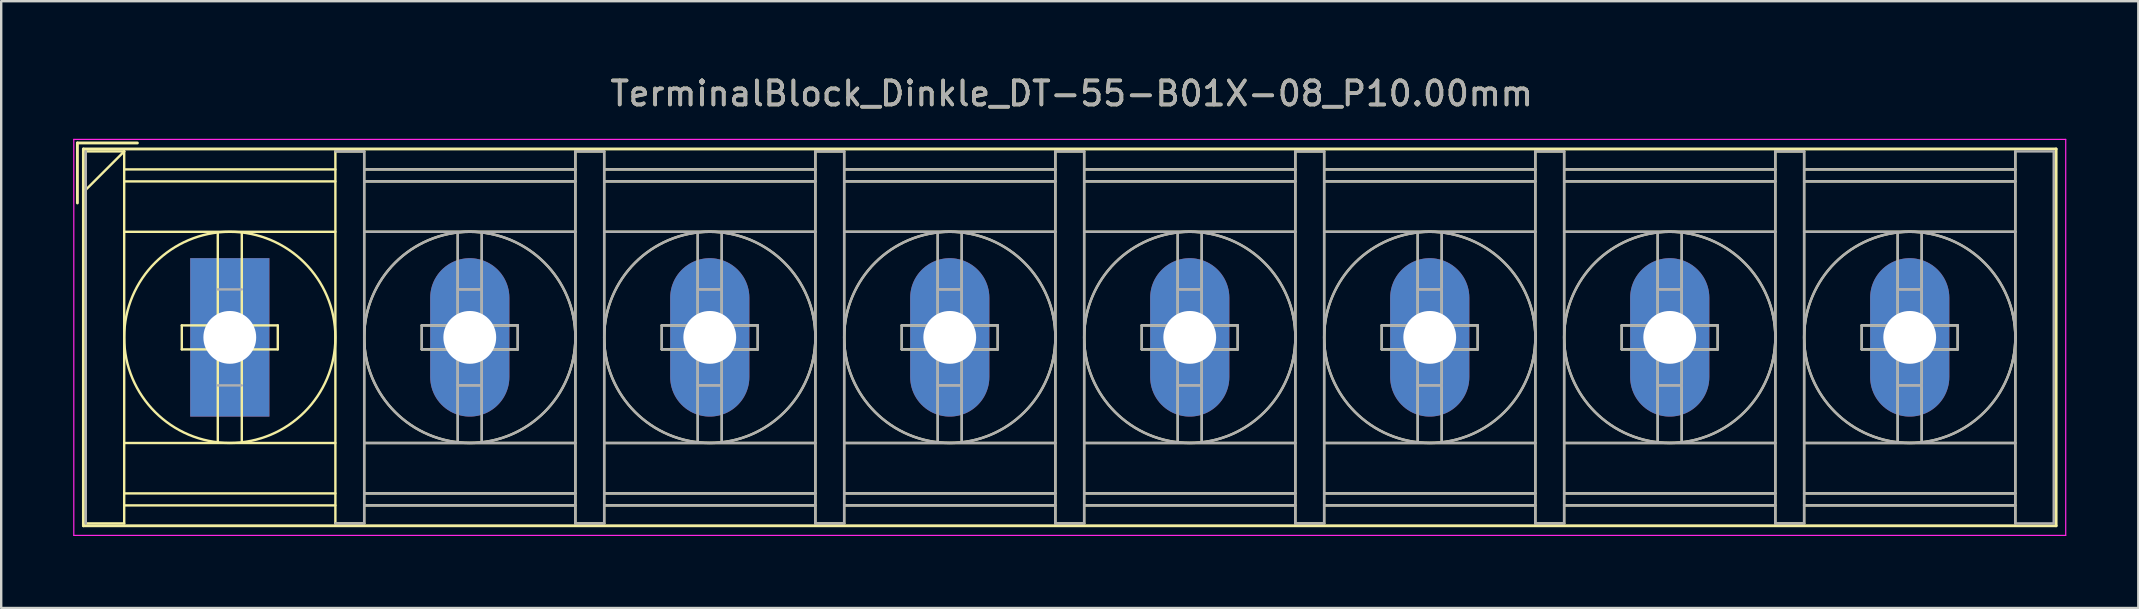
<source format=kicad_pcb>
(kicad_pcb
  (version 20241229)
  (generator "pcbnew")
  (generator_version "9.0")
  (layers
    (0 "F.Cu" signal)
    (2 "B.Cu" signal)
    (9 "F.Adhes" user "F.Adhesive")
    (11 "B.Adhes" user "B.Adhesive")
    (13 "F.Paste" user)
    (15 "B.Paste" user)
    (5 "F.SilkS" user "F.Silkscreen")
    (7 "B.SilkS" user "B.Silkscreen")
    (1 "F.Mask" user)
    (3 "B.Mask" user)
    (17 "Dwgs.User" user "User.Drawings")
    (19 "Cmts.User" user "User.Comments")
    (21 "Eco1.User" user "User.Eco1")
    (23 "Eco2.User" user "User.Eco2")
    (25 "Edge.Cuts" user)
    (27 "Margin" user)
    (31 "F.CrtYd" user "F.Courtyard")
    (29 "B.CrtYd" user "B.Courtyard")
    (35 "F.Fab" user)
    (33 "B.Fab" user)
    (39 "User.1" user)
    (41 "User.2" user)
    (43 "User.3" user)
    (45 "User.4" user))
  (footprint "TerminalBlock_Dinkle_DT-55-B01X-08_P10.00mm"
    (layer "F.Cu")
    (at 6.525 11.008)
    (property "Reference" "TerminalBlock_Dinkle_DT-55-B01X-08_P10.00mm" (at 35.08 -10.16 0) (layer "F.SilkS") (effects (font (size 1 1) (thickness 0.15))))
    (attr through_hole)
    (fp_line (start -6.35 -8.1) (end -3.85 -8.1) (stroke (width 0.12) (type solid)) (layer "F.SilkS"))
    (fp_line (start -6.35 -5.6) (end -6.35 -8.1) (stroke (width 0.12) (type solid)) (layer "F.SilkS"))
    (fp_line (start -6.1 -7.85) (end 76.1 -7.85) (stroke (width 0.12) (type solid)) (layer "F.SilkS"))
    (fp_line (start -6.1 7.85) (end -6.1 -7.85) (stroke (width 0.12) (type solid)) (layer "F.SilkS"))
    (fp_line (start -6.1 7.85) (end 76.1 7.85) (stroke (width 0.12) (type solid)) (layer "F.SilkS"))
    (fp_line (start -6 -7.75) (end -4.4 -7.75) (stroke (width 0.1) (type solid)) (layer "F.SilkS"))
    (fp_line (start -6 7.75) (end -4.4 7.75) (stroke (width 0.1) (type solid)) (layer "F.SilkS"))
    (fp_line (start -4.4 -7.75) (end -6 -6.15) (stroke (width 0.1) (type solid)) (layer "F.SilkS"))
    (fp_line (start -4.4 -7.75) (end -4.4 7.75) (stroke (width 0.1) (type solid)) (layer "F.SilkS"))
    (fp_line (start -4.4 -7) (end 4.4 -7) (stroke (width 0.1) (type solid)) (layer "F.SilkS"))
    (fp_line (start -4.4 -6.5) (end 4.4 -6.5) (stroke (width 0.1) (type solid)) (layer "F.SilkS"))
    (fp_line (start -4.4 -4.4) (end 4.4 -4.4) (stroke (width 0.1) (type solid)) (layer "F.SilkS"))
    (fp_line (start -4.4 4.4) (end 4.4 4.4) (stroke (width 0.1) (type solid)) (layer "F.SilkS"))
    (fp_line (start -4.4 6.5) (end 4.4 6.5) (stroke (width 0.1) (type solid)) (layer "F.SilkS"))
    (fp_line (start -4.4 7) (end 4.4 7) (stroke (width 0.1) (type solid)) (layer "F.SilkS"))
    (fp_line (start -2 -0.5) (end -2 0.5) (stroke (width 0.1) (type solid)) (layer "F.SilkS"))
    (fp_line (start -2 0.5) (end -0.5 0.5) (stroke (width 0.1) (type solid)) (layer "F.SilkS"))
    (fp_line (start -0.5 -4.35) (end -0.5 -0.5) (stroke (width 0.1) (type solid)) (layer "F.SilkS"))
    (fp_line (start -0.5 -0.5) (end -2 -0.5) (stroke (width 0.1) (type solid)) (layer "F.SilkS"))
    (fp_line (start -0.5 0.5) (end -0.5 4.35) (stroke (width 0.1) (type solid)) (layer "F.SilkS"))
    (fp_line (start 0.5 -4.35) (end 0.5 -0.5) (stroke (width 0.1) (type solid)) (layer "F.SilkS"))
    (fp_line (start 0.5 -0.5) (end 2 -0.5) (stroke (width 0.1) (type solid)) (layer "F.SilkS"))
    (fp_line (start 0.5 0.5) (end 0.5 4.35) (stroke (width 0.1) (type solid)) (layer "F.SilkS"))
    (fp_line (start 2 -0.5) (end 2 0.5) (stroke (width 0.1) (type solid)) (layer "F.SilkS"))
    (fp_line (start 2 0.5) (end 0.5 0.5) (stroke (width 0.1) (type solid)) (layer "F.SilkS"))
    (fp_line (start 4.4 -7.75) (end 4.4 7.75) (stroke (width 0.1) (type solid)) (layer "F.SilkS"))
    (fp_line (start 4.4 -7.75) (end 5.6 -7.75) (stroke (width 0.1) (type solid)) (layer "F.SilkS"))
    (fp_line (start 4.4 7.75) (end 5.6 7.75) (stroke (width 0.1) (type solid)) (layer "F.SilkS"))
    (fp_line (start 5.6 -7.75) (end 5.6 7.75) (stroke (width 0.1) (type solid)) (layer "F.SilkS"))
    (fp_line (start 5.6 -7) (end 14.4 -7) (stroke (width 0.1) (type solid)) (layer "F.SilkS"))
    (fp_line (start 5.6 -6.5) (end 14.4 -6.5) (stroke (width 0.1) (type solid)) (layer "F.SilkS"))
    (fp_line (start 5.6 -4.4) (end 14.4 -4.4) (stroke (width 0.1) (type solid)) (layer "F.SilkS"))
    (fp_line (start 5.6 4.4) (end 14.4 4.4) (stroke (width 0.1) (type solid)) (layer "F.SilkS"))
    (fp_line (start 5.6 6.5) (end 14.4 6.5) (stroke (width 0.1) (type solid)) (layer "F.SilkS"))
    (fp_line (start 5.6 7) (end 14.4 7) (stroke (width 0.1) (type solid)) (layer "F.SilkS"))
    (fp_line (start 8 -0.5) (end 8 0.5) (stroke (width 0.1) (type solid)) (layer "F.SilkS"))
    (fp_line (start 8 0.5) (end 9.5 0.5) (stroke (width 0.1) (type solid)) (layer "F.SilkS"))
    (fp_line (start 9.5 -4.35) (end 9.5 -0.5) (stroke (width 0.1) (type solid)) (layer "F.SilkS"))
    (fp_line (start 9.5 -0.5) (end 8 -0.5) (stroke (width 0.1) (type solid)) (layer "F.SilkS"))
    (fp_line (start 9.5 0.5) (end 9.5 4.35) (stroke (width 0.1) (type solid)) (layer "F.SilkS"))
    (fp_line (start 10.5 -4.35) (end 10.5 -0.5) (stroke (width 0.1) (type solid)) (layer "F.SilkS"))
    (fp_line (start 10.5 -0.5) (end 12 -0.5) (stroke (width 0.1) (type solid)) (layer "F.SilkS"))
    (fp_line (start 10.5 0.5) (end 10.5 4.35) (stroke (width 0.1) (type solid)) (layer "F.SilkS"))
    (fp_line (start 12 -0.5) (end 12 0.5) (stroke (width 0.1) (type solid)) (layer "F.SilkS"))
    (fp_line (start 12 0.5) (end 10.5 0.5) (stroke (width 0.1) (type solid)) (layer "F.SilkS"))
    (fp_line (start 14.4 -7.75) (end 14.4 7.75) (stroke (width 0.1) (type solid)) (layer "F.SilkS"))
    (fp_line (start 14.4 -7.75) (end 15.6 -7.75) (stroke (width 0.1) (type solid)) (layer "F.SilkS"))
    (fp_line (start 14.4 7.75) (end 15.6 7.75) (stroke (width 0.1) (type solid)) (layer "F.SilkS"))
    (fp_line (start 15.6 -7.75) (end 15.6 7.75) (stroke (width 0.1) (type solid)) (layer "F.SilkS"))
    (fp_line (start 15.6 -7) (end 24.4 -7) (stroke (width 0.1) (type solid)) (layer "F.SilkS"))
    (fp_line (start 15.6 -6.5) (end 24.4 -6.5) (stroke (width 0.1) (type solid)) (layer "F.SilkS"))
    (fp_line (start 15.6 -4.4) (end 24.4 -4.4) (stroke (width 0.1) (type solid)) (layer "F.SilkS"))
    (fp_line (start 15.6 4.4) (end 24.4 4.4) (stroke (width 0.1) (type solid)) (layer "F.SilkS"))
    (fp_line (start 15.6 6.5) (end 24.4 6.5) (stroke (width 0.1) (type solid)) (layer "F.SilkS"))
    (fp_line (start 15.6 7) (end 24.4 7) (stroke (width 0.1) (type solid)) (layer "F.SilkS"))
    (fp_line (start 18 -0.5) (end 18 0.5) (stroke (width 0.1) (type solid)) (layer "F.SilkS"))
    (fp_line (start 18 0.5) (end 19.5 0.5) (stroke (width 0.1) (type solid)) (layer "F.SilkS"))
    (fp_line (start 19.5 -4.35) (end 19.5 -0.5) (stroke (width 0.1) (type solid)) (layer "F.SilkS"))
    (fp_line (start 19.5 -0.5) (end 18 -0.5) (stroke (width 0.1) (type solid)) (layer "F.SilkS"))
    (fp_line (start 19.5 0.5) (end 19.5 4.35) (stroke (width 0.1) (type solid)) (layer "F.SilkS"))
    (fp_line (start 20.5 -4.35) (end 20.5 -0.5) (stroke (width 0.1) (type solid)) (layer "F.SilkS"))
    (fp_line (start 20.5 -0.5) (end 22 -0.5) (stroke (width 0.1) (type solid)) (layer "F.SilkS"))
    (fp_line (start 20.5 0.5) (end 20.5 4.35) (stroke (width 0.1) (type solid)) (layer "F.SilkS"))
    (fp_line (start 22 -0.5) (end 22 0.5) (stroke (width 0.1) (type solid)) (layer "F.SilkS"))
    (fp_line (start 22 0.5) (end 20.5 0.5) (stroke (width 0.1) (type solid)) (layer "F.SilkS"))
    (fp_line (start 24.4 -7.75) (end 24.4 7.75) (stroke (width 0.1) (type solid)) (layer "F.SilkS"))
    (fp_line (start 24.4 -7.75) (end 25.6 -7.75) (stroke (width 0.1) (type solid)) (layer "F.SilkS"))
    (fp_line (start 24.4 7.75) (end 25.6 7.75) (stroke (width 0.1) (type solid)) (layer "F.SilkS"))
    (fp_line (start 25.6 -7.75) (end 25.6 7.75) (stroke (width 0.1) (type solid)) (layer "F.SilkS"))
    (fp_line (start 25.6 -7) (end 34.4 -7) (stroke (width 0.1) (type solid)) (layer "F.SilkS"))
    (fp_line (start 25.6 -6.5) (end 34.4 -6.5) (stroke (width 0.1) (type solid)) (layer "F.SilkS"))
    (fp_line (start 25.6 -4.4) (end 34.4 -4.4) (stroke (width 0.1) (type solid)) (layer "F.SilkS"))
    (fp_line (start 25.6 4.4) (end 34.4 4.4) (stroke (width 0.1) (type solid)) (layer "F.SilkS"))
    (fp_line (start 25.6 6.5) (end 34.4 6.5) (stroke (width 0.1) (type solid)) (layer "F.SilkS"))
    (fp_line (start 25.6 7) (end 34.4 7) (stroke (width 0.1) (type solid)) (layer "F.SilkS"))
    (fp_line (start 28 -0.5) (end 28 0.5) (stroke (width 0.1) (type solid)) (layer "F.SilkS"))
    (fp_line (start 28 0.5) (end 29.5 0.5) (stroke (width 0.1) (type solid)) (layer "F.SilkS"))
    (fp_line (start 29.5 -4.35) (end 29.5 -0.5) (stroke (width 0.1) (type solid)) (layer "F.SilkS"))
    (fp_line (start 29.5 -0.5) (end 28 -0.5) (stroke (width 0.1) (type solid)) (layer "F.SilkS"))
    (fp_line (start 29.5 0.5) (end 29.5 4.35) (stroke (width 0.1) (type solid)) (layer "F.SilkS"))
    (fp_line (start 30.5 -4.35) (end 30.5 -0.5) (stroke (width 0.1) (type solid)) (layer "F.SilkS"))
    (fp_line (start 30.5 -0.5) (end 32 -0.5) (stroke (width 0.1) (type solid)) (layer "F.SilkS"))
    (fp_line (start 30.5 0.5) (end 30.5 4.35) (stroke (width 0.1) (type solid)) (layer "F.SilkS"))
    (fp_line (start 32 -0.5) (end 32 0.5) (stroke (width 0.1) (type solid)) (layer "F.SilkS"))
    (fp_line (start 32 0.5) (end 30.5 0.5) (stroke (width 0.1) (type solid)) (layer "F.SilkS"))
    (fp_line (start 34.4 -7.75) (end 34.4 7.75) (stroke (width 0.1) (type solid)) (layer "F.SilkS"))
    (fp_line (start 34.4 -7.75) (end 35.6 -7.75) (stroke (width 0.1) (type solid)) (layer "F.SilkS"))
    (fp_line (start 34.4 7.75) (end 35.6 7.75) (stroke (width 0.1) (type solid)) (layer "F.SilkS"))
    (fp_line (start 35.6 -7.75) (end 35.6 7.75) (stroke (width 0.1) (type solid)) (layer "F.SilkS"))
    (fp_line (start 35.6 -7) (end 44.4 -7) (stroke (width 0.1) (type solid)) (layer "F.SilkS"))
    (fp_line (start 35.6 -6.5) (end 44.4 -6.5) (stroke (width 0.1) (type solid)) (layer "F.SilkS"))
    (fp_line (start 35.6 -4.4) (end 44.4 -4.4) (stroke (width 0.1) (type solid)) (layer "F.SilkS"))
    (fp_line (start 35.6 4.4) (end 44.4 4.4) (stroke (width 0.1) (type solid)) (layer "F.SilkS"))
    (fp_line (start 35.6 6.5) (end 44.4 6.5) (stroke (width 0.1) (type solid)) (layer "F.SilkS"))
    (fp_line (start 35.6 7) (end 44.4 7) (stroke (width 0.1) (type solid)) (layer "F.SilkS"))
    (fp_line (start 38 -0.5) (end 38 0.5) (stroke (width 0.1) (type solid)) (layer "F.SilkS"))
    (fp_line (start 38 0.5) (end 39.5 0.5) (stroke (width 0.1) (type solid)) (layer "F.SilkS"))
    (fp_line (start 39.5 -4.35) (end 39.5 -0.5) (stroke (width 0.1) (type solid)) (layer "F.SilkS"))
    (fp_line (start 39.5 -0.5) (end 38 -0.5) (stroke (width 0.1) (type solid)) (layer "F.SilkS"))
    (fp_line (start 39.5 0.5) (end 39.5 4.35) (stroke (width 0.1) (type solid)) (layer "F.SilkS"))
    (fp_line (start 40.5 -4.35) (end 40.5 -0.5) (stroke (width 0.1) (type solid)) (layer "F.SilkS"))
    (fp_line (start 40.5 -0.5) (end 42 -0.5) (stroke (width 0.1) (type solid)) (layer "F.SilkS"))
    (fp_line (start 40.5 0.5) (end 40.5 4.35) (stroke (width 0.1) (type solid)) (layer "F.SilkS"))
    (fp_line (start 42 -0.5) (end 42 0.5) (stroke (width 0.1) (type solid)) (layer "F.SilkS"))
    (fp_line (start 42 0.5) (end 40.5 0.5) (stroke (width 0.1) (type solid)) (layer "F.SilkS"))
    (fp_line (start 44.4 -7.75) (end 44.4 7.75) (stroke (width 0.1) (type solid)) (layer "F.SilkS"))
    (fp_line (start 44.4 -7.75) (end 45.6 -7.75) (stroke (width 0.1) (type solid)) (layer "F.SilkS"))
    (fp_line (start 44.4 7.75) (end 45.6 7.75) (stroke (width 0.1) (type solid)) (layer "F.SilkS"))
    (fp_line (start 45.6 -7.75) (end 45.6 7.75) (stroke (width 0.1) (type solid)) (layer "F.SilkS"))
    (fp_line (start 45.6 -7) (end 54.4 -7) (stroke (width 0.1) (type solid)) (layer "F.SilkS"))
    (fp_line (start 45.6 -6.5) (end 54.4 -6.5) (stroke (width 0.1) (type solid)) (layer "F.SilkS"))
    (fp_line (start 45.6 -4.4) (end 54.4 -4.4) (stroke (width 0.1) (type solid)) (layer "F.SilkS"))
    (fp_line (start 45.6 4.4) (end 54.4 4.4) (stroke (width 0.1) (type solid)) (layer "F.SilkS"))
    (fp_line (start 45.6 6.5) (end 54.4 6.5) (stroke (width 0.1) (type solid)) (layer "F.SilkS"))
    (fp_line (start 45.6 7) (end 54.4 7) (stroke (width 0.1) (type solid)) (layer "F.SilkS"))
    (fp_line (start 48 -0.5) (end 48 0.5) (stroke (width 0.1) (type solid)) (layer "F.SilkS"))
    (fp_line (start 48 0.5) (end 49.5 0.5) (stroke (width 0.1) (type solid)) (layer "F.SilkS"))
    (fp_line (start 49.5 -4.35) (end 49.5 -0.5) (stroke (width 0.1) (type solid)) (layer "F.SilkS"))
    (fp_line (start 49.5 -0.5) (end 48 -0.5) (stroke (width 0.1) (type solid)) (layer "F.SilkS"))
    (fp_line (start 49.5 0.5) (end 49.5 4.35) (stroke (width 0.1) (type solid)) (layer "F.SilkS"))
    (fp_line (start 50.5 -4.35) (end 50.5 -0.5) (stroke (width 0.1) (type solid)) (layer "F.SilkS"))
    (fp_line (start 50.5 -0.5) (end 52 -0.5) (stroke (width 0.1) (type solid)) (layer "F.SilkS"))
    (fp_line (start 50.5 0.5) (end 50.5 4.35) (stroke (width 0.1) (type solid)) (layer "F.SilkS"))
    (fp_line (start 52 -0.5) (end 52 0.5) (stroke (width 0.1) (type solid)) (layer "F.SilkS"))
    (fp_line (start 52 0.5) (end 50.5 0.5) (stroke (width 0.1) (type solid)) (layer "F.SilkS"))
    (fp_line (start 54.4 -7.75) (end 54.4 7.75) (stroke (width 0.1) (type solid)) (layer "F.SilkS"))
    (fp_line (start 54.4 -7.75) (end 55.6 -7.75) (stroke (width 0.1) (type solid)) (layer "F.SilkS"))
    (fp_line (start 54.4 7.75) (end 55.6 7.75) (stroke (width 0.1) (type solid)) (layer "F.SilkS"))
    (fp_line (start 55.6 -7.75) (end 55.6 7.75) (stroke (width 0.1) (type solid)) (layer "F.SilkS"))
    (fp_line (start 55.6 -7) (end 64.4 -7) (stroke (width 0.1) (type solid)) (layer "F.SilkS"))
    (fp_line (start 55.6 -6.5) (end 64.4 -6.5) (stroke (width 0.1) (type solid)) (layer "F.SilkS"))
    (fp_line (start 55.6 -4.4) (end 64.4 -4.4) (stroke (width 0.1) (type solid)) (layer "F.SilkS"))
    (fp_line (start 55.6 4.4) (end 64.4 4.4) (stroke (width 0.1) (type solid)) (layer "F.SilkS"))
    (fp_line (start 55.6 6.5) (end 64.4 6.5) (stroke (width 0.1) (type solid)) (layer "F.SilkS"))
    (fp_line (start 55.6 7) (end 64.4 7) (stroke (width 0.1) (type solid)) (layer "F.SilkS"))
    (fp_line (start 58 -0.5) (end 58 0.5) (stroke (width 0.1) (type solid)) (layer "F.SilkS"))
    (fp_line (start 58 0.5) (end 59.5 0.5) (stroke (width 0.1) (type solid)) (layer "F.SilkS"))
    (fp_line (start 59.5 -4.35) (end 59.5 -0.5) (stroke (width 0.1) (type solid)) (layer "F.SilkS"))
    (fp_line (start 59.5 -0.5) (end 58 -0.5) (stroke (width 0.1) (type solid)) (layer "F.SilkS"))
    (fp_line (start 59.5 0.5) (end 59.5 4.35) (stroke (width 0.1) (type solid)) (layer "F.SilkS"))
    (fp_line (start 60.5 -4.35) (end 60.5 -0.5) (stroke (width 0.1) (type solid)) (layer "F.SilkS"))
    (fp_line (start 60.5 -0.5) (end 62 -0.5) (stroke (width 0.1) (type solid)) (layer "F.SilkS"))
    (fp_line (start 60.5 0.5) (end 60.5 4.35) (stroke (width 0.1) (type solid)) (layer "F.SilkS"))
    (fp_line (start 62 -0.5) (end 62 0.5) (stroke (width 0.1) (type solid)) (layer "F.SilkS"))
    (fp_line (start 62 0.5) (end 60.5 0.5) (stroke (width 0.1) (type solid)) (layer "F.SilkS"))
    (fp_line (start 64.4 -7.75) (end 64.4 7.75) (stroke (width 0.1) (type solid)) (layer "F.SilkS"))
    (fp_line (start 64.4 -7.75) (end 65.6 -7.75) (stroke (width 0.1) (type solid)) (layer "F.SilkS"))
    (fp_line (start 64.4 7.75) (end 65.6 7.75) (stroke (width 0.1) (type solid)) (layer "F.SilkS"))
    (fp_line (start 65.6 -7.75) (end 65.6 7.75) (stroke (width 0.1) (type solid)) (layer "F.SilkS"))
    (fp_line (start 65.6 -7) (end 74.4 -7) (stroke (width 0.1) (type solid)) (layer "F.SilkS"))
    (fp_line (start 65.6 -6.5) (end 74.4 -6.5) (stroke (width 0.1) (type solid)) (layer "F.SilkS"))
    (fp_line (start 65.6 -4.4) (end 74.4 -4.4) (stroke (width 0.1) (type solid)) (layer "F.SilkS"))
    (fp_line (start 65.6 4.4) (end 74.4 4.4) (stroke (width 0.1) (type solid)) (layer "F.SilkS"))
    (fp_line (start 65.6 6.5) (end 74.4 6.5) (stroke (width 0.1) (type solid)) (layer "F.SilkS"))
    (fp_line (start 65.6 7) (end 74.4 7) (stroke (width 0.1) (type solid)) (layer "F.SilkS"))
    (fp_line (start 68 -0.5) (end 68 0.5) (stroke (width 0.1) (type solid)) (layer "F.SilkS"))
    (fp_line (start 68 0.5) (end 69.5 0.5) (stroke (width 0.1) (type solid)) (layer "F.SilkS"))
    (fp_line (start 69.5 -4.35) (end 69.5 -0.5) (stroke (width 0.1) (type solid)) (layer "F.SilkS"))
    (fp_line (start 69.5 -0.5) (end 68 -0.5) (stroke (width 0.1) (type solid)) (layer "F.SilkS"))
    (fp_line (start 69.5 0.5) (end 69.5 4.35) (stroke (width 0.1) (type solid)) (layer "F.SilkS"))
    (fp_line (start 70.5 -4.35) (end 70.5 -0.5) (stroke (width 0.1) (type solid)) (layer "F.SilkS"))
    (fp_line (start 70.5 -0.5) (end 72 -0.5) (stroke (width 0.1) (type solid)) (layer "F.SilkS"))
    (fp_line (start 70.5 0.5) (end 70.5 4.35) (stroke (width 0.1) (type solid)) (layer "F.SilkS"))
    (fp_line (start 72 -0.5) (end 72 0.5) (stroke (width 0.1) (type solid)) (layer "F.SilkS"))
    (fp_line (start 72 0.5) (end 70.5 0.5) (stroke (width 0.1) (type solid)) (layer "F.SilkS"))
    (fp_line (start 74.4 -7.75) (end 74.4 7.75) (stroke (width 0.1) (type solid)) (layer "F.SilkS"))
    (fp_line (start 76.1 -7.85) (end 76.1 7.85) (stroke (width 0.12) (type solid)) (layer "F.SilkS"))
    (fp_circle (center 0 0) (end 4.4 0) (stroke (width 0.1) (type solid)) (fill no) (layer "F.SilkS"))
    (fp_circle (center 10 0) (end 14.4 0) (stroke (width 0.1) (type solid)) (fill no) (layer "F.SilkS"))
    (fp_circle (center 20 0) (end 24.4 0) (stroke (width 0.1) (type solid)) (fill no) (layer "F.SilkS"))
    (fp_circle (center 30 0) (end 34.4 0) (stroke (width 0.1) (type solid)) (fill no) (layer "F.SilkS"))
    (fp_circle (center 40 0) (end 44.4 0) (stroke (width 0.1) (type solid)) (fill no) (layer "F.SilkS"))
    (fp_circle (center 50 0) (end 54.4 0) (stroke (width 0.1) (type solid)) (fill no) (layer "F.SilkS"))
    (fp_circle (center 60 0) (end 64.4 0) (stroke (width 0.1) (type solid)) (fill no) (layer "F.SilkS"))
    (fp_circle (center 70 0) (end 74.4 0) (stroke (width 0.1) (type solid)) (fill no) (layer "F.SilkS"))
    (fp_line (start -6.5 -8.25) (end 76.5 -8.25) (stroke (width 0.05) (type solid)) (layer "F.CrtYd"))
    (fp_line (start -6.5 8.25) (end -6.5 -8.25) (stroke (width 0.05) (type solid)) (layer "F.CrtYd"))
    (fp_line (start -6.5 8.25) (end 76.5 8.25) (stroke (width 0.05) (type solid)) (layer "F.CrtYd"))
    (fp_line (start 76.5 -8.25) (end 76.5 8.25) (stroke (width 0.05) (type solid)) (layer "F.CrtYd"))
    (fp_line (start -6 -7.75) (end -6 7.75) (stroke (width 0.1) (type solid)) (layer "F.Fab"))
    (fp_line (start -0.5 -2) (end 0.5 -2) (stroke (width 0.1) (type solid)) (layer "F.Fab"))
    (fp_line (start -0.5 2) (end 0.5 2) (stroke (width 0.1) (type solid)) (layer "F.Fab"))
    (fp_line (start 4.4 -7.75) (end 5.6 -7.75) (stroke (width 0.1) (type solid)) (layer "F.Fab"))
    (fp_line (start 4.4 7.75) (end 5.6 7.75) (stroke (width 0.1) (type solid)) (layer "F.Fab"))
    (fp_line (start 5.6 -7.75) (end 5.6 7.75) (stroke (width 0.1) (type solid)) (layer "F.Fab"))
    (fp_line (start 5.6 -7) (end 14.4 -7) (stroke (width 0.1) (type solid)) (layer "F.Fab"))
    (fp_line (start 5.6 -6.5) (end 14.4 -6.5) (stroke (width 0.1) (type solid)) (layer "F.Fab"))
    (fp_line (start 5.6 -4.4) (end 14.4 -4.4) (stroke (width 0.1) (type solid)) (layer "F.Fab"))
    (fp_line (start 5.6 4.4) (end 14.4 4.4) (stroke (width 0.1) (type solid)) (layer "F.Fab"))
    (fp_line (start 5.6 6.5) (end 14.4 6.5) (stroke (width 0.1) (type solid)) (layer "F.Fab"))
    (fp_line (start 5.6 7) (end 14.4 7) (stroke (width 0.1) (type solid)) (layer "F.Fab"))
    (fp_line (start 8 -0.5) (end 8 0.5) (stroke (width 0.1) (type solid)) (layer "F.Fab"))
    (fp_line (start 8 0.5) (end 9.5 0.5) (stroke (width 0.1) (type solid)) (layer "F.Fab"))
    (fp_line (start 9.5 -4.35) (end 9.5 -0.5) (stroke (width 0.1) (type solid)) (layer "F.Fab"))
    (fp_line (start 9.5 -2) (end 10.5 -2) (stroke (width 0.1) (type solid)) (layer "F.Fab"))
    (fp_line (start 9.5 -2) (end 10.5 -2) (stroke (width 0.1) (type solid)) (layer "F.Fab"))
    (fp_line (start 9.5 -0.5) (end 8 -0.5) (stroke (width 0.1) (type solid)) (layer "F.Fab"))
    (fp_line (start 9.5 0.5) (end 9.5 4.35) (stroke (width 0.1) (type solid)) (layer "F.Fab"))
    (fp_line (start 9.5 2) (end 10.5 2) (stroke (width 0.1) (type solid)) (layer "F.Fab"))
    (fp_line (start 9.5 2) (end 10.5 2) (stroke (width 0.1) (type solid)) (layer "F.Fab"))
    (fp_line (start 10.5 -4.35) (end 10.5 -0.5) (stroke (width 0.1) (type solid)) (layer "F.Fab"))
    (fp_line (start 10.5 -0.5) (end 12 -0.5) (stroke (width 0.1) (type solid)) (layer "F.Fab"))
    (fp_line (start 10.5 0.5) (end 10.5 4.35) (stroke (width 0.1) (type solid)) (layer "F.Fab"))
    (fp_line (start 12 -0.5) (end 12 0.5) (stroke (width 0.1) (type solid)) (layer "F.Fab"))
    (fp_line (start 12 0.5) (end 10.5 0.5) (stroke (width 0.1) (type solid)) (layer "F.Fab"))
    (fp_line (start 14.4 -7.75) (end 14.4 7.75) (stroke (width 0.1) (type solid)) (layer "F.Fab"))
    (fp_line (start 14.4 -7.75) (end 15.6 -7.75) (stroke (width 0.1) (type solid)) (layer "F.Fab"))
    (fp_line (start 14.4 7.75) (end 15.6 7.75) (stroke (width 0.1) (type solid)) (layer "F.Fab"))
    (fp_line (start 15.6 -7.75) (end 15.6 7.75) (stroke (width 0.1) (type solid)) (layer "F.Fab"))
    (fp_line (start 15.6 -7) (end 24.4 -7) (stroke (width 0.1) (type solid)) (layer "F.Fab"))
    (fp_line (start 15.6 -6.5) (end 24.4 -6.5) (stroke (width 0.1) (type solid)) (layer "F.Fab"))
    (fp_line (start 15.6 -4.4) (end 24.4 -4.4) (stroke (width 0.1) (type solid)) (layer "F.Fab"))
    (fp_line (start 15.6 4.4) (end 24.4 4.4) (stroke (width 0.1) (type solid)) (layer "F.Fab"))
    (fp_line (start 15.6 6.5) (end 24.4 6.5) (stroke (width 0.1) (type solid)) (layer "F.Fab"))
    (fp_line (start 15.6 7) (end 24.4 7) (stroke (width 0.1) (type solid)) (layer "F.Fab"))
    (fp_line (start 18 -0.5) (end 18 0.5) (stroke (width 0.1) (type solid)) (layer "F.Fab"))
    (fp_line (start 18 0.5) (end 19.5 0.5) (stroke (width 0.1) (type solid)) (layer "F.Fab"))
    (fp_line (start 19.5 -4.35) (end 19.5 -0.5) (stroke (width 0.1) (type solid)) (layer "F.Fab"))
    (fp_line (start 19.5 -2) (end 20.5 -2) (stroke (width 0.1) (type solid)) (layer "F.Fab"))
    (fp_line (start 19.5 -2) (end 20.5 -2) (stroke (width 0.1) (type solid)) (layer "F.Fab"))
    (fp_line (start 19.5 -0.5) (end 18 -0.5) (stroke (width 0.1) (type solid)) (layer "F.Fab"))
    (fp_line (start 19.5 0.5) (end 19.5 4.35) (stroke (width 0.1) (type solid)) (layer "F.Fab"))
    (fp_line (start 19.5 2) (end 20.5 2) (stroke (width 0.1) (type solid)) (layer "F.Fab"))
    (fp_line (start 19.5 2) (end 20.5 2) (stroke (width 0.1) (type solid)) (layer "F.Fab"))
    (fp_line (start 20.5 -4.35) (end 20.5 -0.5) (stroke (width 0.1) (type solid)) (layer "F.Fab"))
    (fp_line (start 20.5 -0.5) (end 22 -0.5) (stroke (width 0.1) (type solid)) (layer "F.Fab"))
    (fp_line (start 20.5 0.5) (end 20.5 4.35) (stroke (width 0.1) (type solid)) (layer "F.Fab"))
    (fp_line (start 22 -0.5) (end 22 0.5) (stroke (width 0.1) (type solid)) (layer "F.Fab"))
    (fp_line (start 22 0.5) (end 20.5 0.5) (stroke (width 0.1) (type solid)) (layer "F.Fab"))
    (fp_line (start 24.4 -7.75) (end 24.4 7.75) (stroke (width 0.1) (type solid)) (layer "F.Fab"))
    (fp_line (start 24.4 -7.75) (end 25.6 -7.75) (stroke (width 0.1) (type solid)) (layer "F.Fab"))
    (fp_line (start 24.4 7.75) (end 25.6 7.75) (stroke (width 0.1) (type solid)) (layer "F.Fab"))
    (fp_line (start 25.6 -7.75) (end 25.6 7.75) (stroke (width 0.1) (type solid)) (layer "F.Fab"))
    (fp_line (start 25.6 -7) (end 34.4 -7) (stroke (width 0.1) (type solid)) (layer "F.Fab"))
    (fp_line (start 25.6 -6.5) (end 34.4 -6.5) (stroke (width 0.1) (type solid)) (layer "F.Fab"))
    (fp_line (start 25.6 -4.4) (end 34.4 -4.4) (stroke (width 0.1) (type solid)) (layer "F.Fab"))
    (fp_line (start 25.6 4.4) (end 34.4 4.4) (stroke (width 0.1) (type solid)) (layer "F.Fab"))
    (fp_line (start 25.6 6.5) (end 34.4 6.5) (stroke (width 0.1) (type solid)) (layer "F.Fab"))
    (fp_line (start 25.6 7) (end 34.4 7) (stroke (width 0.1) (type solid)) (layer "F.Fab"))
    (fp_line (start 28 -0.5) (end 28 0.5) (stroke (width 0.1) (type solid)) (layer "F.Fab"))
    (fp_line (start 28 0.5) (end 29.5 0.5) (stroke (width 0.1) (type solid)) (layer "F.Fab"))
    (fp_line (start 29.5 -4.35) (end 29.5 -0.5) (stroke (width 0.1) (type solid)) (layer "F.Fab"))
    (fp_line (start 29.5 -2) (end 30.5 -2) (stroke (width 0.1) (type solid)) (layer "F.Fab"))
    (fp_line (start 29.5 -2) (end 30.5 -2) (stroke (width 0.1) (type solid)) (layer "F.Fab"))
    (fp_line (start 29.5 -0.5) (end 28 -0.5) (stroke (width 0.1) (type solid)) (layer "F.Fab"))
    (fp_line (start 29.5 0.5) (end 29.5 4.35) (stroke (width 0.1) (type solid)) (layer "F.Fab"))
    (fp_line (start 29.5 2) (end 30.5 2) (stroke (width 0.1) (type solid)) (layer "F.Fab"))
    (fp_line (start 29.5 2) (end 30.5 2) (stroke (width 0.1) (type solid)) (layer "F.Fab"))
    (fp_line (start 30.5 -4.35) (end 30.5 -0.5) (stroke (width 0.1) (type solid)) (layer "F.Fab"))
    (fp_line (start 30.5 -0.5) (end 32 -0.5) (stroke (width 0.1) (type solid)) (layer "F.Fab"))
    (fp_line (start 30.5 0.5) (end 30.5 4.35) (stroke (width 0.1) (type solid)) (layer "F.Fab"))
    (fp_line (start 32 -0.5) (end 32 0.5) (stroke (width 0.1) (type solid)) (layer "F.Fab"))
    (fp_line (start 32 0.5) (end 30.5 0.5) (stroke (width 0.1) (type solid)) (layer "F.Fab"))
    (fp_line (start 34.4 -7.75) (end 34.4 7.75) (stroke (width 0.1) (type solid)) (layer "F.Fab"))
    (fp_line (start 34.4 -7.75) (end 35.6 -7.75) (stroke (width 0.1) (type solid)) (layer "F.Fab"))
    (fp_line (start 34.4 7.75) (end 35.6 7.75) (stroke (width 0.1) (type solid)) (layer "F.Fab"))
    (fp_line (start 35.6 -7.75) (end 35.6 7.75) (stroke (width 0.1) (type solid)) (layer "F.Fab"))
    (fp_line (start 35.6 -7) (end 44.4 -7) (stroke (width 0.1) (type solid)) (layer "F.Fab"))
    (fp_line (start 35.6 -6.5) (end 44.4 -6.5) (stroke (width 0.1) (type solid)) (layer "F.Fab"))
    (fp_line (start 35.6 -4.4) (end 44.4 -4.4) (stroke (width 0.1) (type solid)) (layer "F.Fab"))
    (fp_line (start 35.6 4.4) (end 44.4 4.4) (stroke (width 0.1) (type solid)) (layer "F.Fab"))
    (fp_line (start 35.6 6.5) (end 44.4 6.5) (stroke (width 0.1) (type solid)) (layer "F.Fab"))
    (fp_line (start 35.6 7) (end 44.4 7) (stroke (width 0.1) (type solid)) (layer "F.Fab"))
    (fp_line (start 38 -0.5) (end 38 0.5) (stroke (width 0.1) (type solid)) (layer "F.Fab"))
    (fp_line (start 38 0.5) (end 39.5 0.5) (stroke (width 0.1) (type solid)) (layer "F.Fab"))
    (fp_line (start 39.5 -4.35) (end 39.5 -0.5) (stroke (width 0.1) (type solid)) (layer "F.Fab"))
    (fp_line (start 39.5 -2) (end 40.5 -2) (stroke (width 0.1) (type solid)) (layer "F.Fab"))
    (fp_line (start 39.5 -2) (end 40.5 -2) (stroke (width 0.1) (type solid)) (layer "F.Fab"))
    (fp_line (start 39.5 -0.5) (end 38 -0.5) (stroke (width 0.1) (type solid)) (layer "F.Fab"))
    (fp_line (start 39.5 0.5) (end 39.5 4.35) (stroke (width 0.1) (type solid)) (layer "F.Fab"))
    (fp_line (start 39.5 2) (end 40.5 2) (stroke (width 0.1) (type solid)) (layer "F.Fab"))
    (fp_line (start 39.5 2) (end 40.5 2) (stroke (width 0.1) (type solid)) (layer "F.Fab"))
    (fp_line (start 40.5 -4.35) (end 40.5 -0.5) (stroke (width 0.1) (type solid)) (layer "F.Fab"))
    (fp_line (start 40.5 -0.5) (end 42 -0.5) (stroke (width 0.1) (type solid)) (layer "F.Fab"))
    (fp_line (start 40.5 0.5) (end 40.5 4.35) (stroke (width 0.1) (type solid)) (layer "F.Fab"))
    (fp_line (start 42 -0.5) (end 42 0.5) (stroke (width 0.1) (type solid)) (layer "F.Fab"))
    (fp_line (start 42 0.5) (end 40.5 0.5) (stroke (width 0.1) (type solid)) (layer "F.Fab"))
    (fp_line (start 44.4 -7.75) (end 44.4 7.75) (stroke (width 0.1) (type solid)) (layer "F.Fab"))
    (fp_line (start 44.4 -7.75) (end 45.6 -7.75) (stroke (width 0.1) (type solid)) (layer "F.Fab"))
    (fp_line (start 44.4 7.75) (end 45.6 7.75) (stroke (width 0.1) (type solid)) (layer "F.Fab"))
    (fp_line (start 45.6 -7.75) (end 45.6 7.75) (stroke (width 0.1) (type solid)) (layer "F.Fab"))
    (fp_line (start 45.6 -7) (end 54.4 -7) (stroke (width 0.1) (type solid)) (layer "F.Fab"))
    (fp_line (start 45.6 -6.5) (end 54.4 -6.5) (stroke (width 0.1) (type solid)) (layer "F.Fab"))
    (fp_line (start 45.6 -4.4) (end 54.4 -4.4) (stroke (width 0.1) (type solid)) (layer "F.Fab"))
    (fp_line (start 45.6 4.4) (end 54.4 4.4) (stroke (width 0.1) (type solid)) (layer "F.Fab"))
    (fp_line (start 45.6 6.5) (end 54.4 6.5) (stroke (width 0.1) (type solid)) (layer "F.Fab"))
    (fp_line (start 45.6 7) (end 54.4 7) (stroke (width 0.1) (type solid)) (layer "F.Fab"))
    (fp_line (start 48 -0.5) (end 48 0.5) (stroke (width 0.1) (type solid)) (layer "F.Fab"))
    (fp_line (start 48 0.5) (end 49.5 0.5) (stroke (width 0.1) (type solid)) (layer "F.Fab"))
    (fp_line (start 49.5 -4.35) (end 49.5 -0.5) (stroke (width 0.1) (type solid)) (layer "F.Fab"))
    (fp_line (start 49.5 -2) (end 50.5 -2) (stroke (width 0.1) (type solid)) (layer "F.Fab"))
    (fp_line (start 49.5 -2) (end 50.5 -2) (stroke (width 0.1) (type solid)) (layer "F.Fab"))
    (fp_line (start 49.5 -0.5) (end 48 -0.5) (stroke (width 0.1) (type solid)) (layer "F.Fab"))
    (fp_line (start 49.5 0.5) (end 49.5 4.35) (stroke (width 0.1) (type solid)) (layer "F.Fab"))
    (fp_line (start 49.5 2) (end 50.5 2) (stroke (width 0.1) (type solid)) (layer "F.Fab"))
    (fp_line (start 49.5 2) (end 50.5 2) (stroke (width 0.1) (type solid)) (layer "F.Fab"))
    (fp_line (start 50.5 -4.35) (end 50.5 -0.5) (stroke (width 0.1) (type solid)) (layer "F.Fab"))
    (fp_line (start 50.5 -0.5) (end 52 -0.5) (stroke (width 0.1) (type solid)) (layer "F.Fab"))
    (fp_line (start 50.5 0.5) (end 50.5 4.35) (stroke (width 0.1) (type solid)) (layer "F.Fab"))
    (fp_line (start 52 -0.5) (end 52 0.5) (stroke (width 0.1) (type solid)) (layer "F.Fab"))
    (fp_line (start 52 0.5) (end 50.5 0.5) (stroke (width 0.1) (type solid)) (layer "F.Fab"))
    (fp_line (start 54.4 -7.75) (end 54.4 7.75) (stroke (width 0.1) (type solid)) (layer "F.Fab"))
    (fp_line (start 54.4 -7.75) (end 55.6 -7.75) (stroke (width 0.1) (type solid)) (layer "F.Fab"))
    (fp_line (start 54.4 7.75) (end 55.6 7.75) (stroke (width 0.1) (type solid)) (layer "F.Fab"))
    (fp_line (start 55.6 -7.75) (end 55.6 7.75) (stroke (width 0.1) (type solid)) (layer "F.Fab"))
    (fp_line (start 55.6 -7) (end 64.4 -7) (stroke (width 0.1) (type solid)) (layer "F.Fab"))
    (fp_line (start 55.6 -6.5) (end 64.4 -6.5) (stroke (width 0.1) (type solid)) (layer "F.Fab"))
    (fp_line (start 55.6 -4.4) (end 64.4 -4.4) (stroke (width 0.1) (type solid)) (layer "F.Fab"))
    (fp_line (start 55.6 4.4) (end 64.4 4.4) (stroke (width 0.1) (type solid)) (layer "F.Fab"))
    (fp_line (start 55.6 6.5) (end 64.4 6.5) (stroke (width 0.1) (type solid)) (layer "F.Fab"))
    (fp_line (start 55.6 7) (end 64.4 7) (stroke (width 0.1) (type solid)) (layer "F.Fab"))
    (fp_line (start 58 -0.5) (end 58 0.5) (stroke (width 0.1) (type solid)) (layer "F.Fab"))
    (fp_line (start 58 0.5) (end 59.5 0.5) (stroke (width 0.1) (type solid)) (layer "F.Fab"))
    (fp_line (start 59.5 -4.35) (end 59.5 -0.5) (stroke (width 0.1) (type solid)) (layer "F.Fab"))
    (fp_line (start 59.5 -2) (end 60.5 -2) (stroke (width 0.1) (type solid)) (layer "F.Fab"))
    (fp_line (start 59.5 -2) (end 60.5 -2) (stroke (width 0.1) (type solid)) (layer "F.Fab"))
    (fp_line (start 59.5 -0.5) (end 58 -0.5) (stroke (width 0.1) (type solid)) (layer "F.Fab"))
    (fp_line (start 59.5 0.5) (end 59.5 4.35) (stroke (width 0.1) (type solid)) (layer "F.Fab"))
    (fp_line (start 59.5 2) (end 60.5 2) (stroke (width 0.1) (type solid)) (layer "F.Fab"))
    (fp_line (start 59.5 2) (end 60.5 2) (stroke (width 0.1) (type solid)) (layer "F.Fab"))
    (fp_line (start 60.5 -4.35) (end 60.5 -0.5) (stroke (width 0.1) (type solid)) (layer "F.Fab"))
    (fp_line (start 60.5 -0.5) (end 62 -0.5) (stroke (width 0.1) (type solid)) (layer "F.Fab"))
    (fp_line (start 60.5 0.5) (end 60.5 4.35) (stroke (width 0.1) (type solid)) (layer "F.Fab"))
    (fp_line (start 62 -0.5) (end 62 0.5) (stroke (width 0.1) (type solid)) (layer "F.Fab"))
    (fp_line (start 62 0.5) (end 60.5 0.5) (stroke (width 0.1) (type solid)) (layer "F.Fab"))
    (fp_line (start 64.4 -7.75) (end 64.4 7.75) (stroke (width 0.1) (type solid)) (layer "F.Fab"))
    (fp_line (start 64.4 -7.75) (end 65.6 -7.75) (stroke (width 0.1) (type solid)) (layer "F.Fab"))
    (fp_line (start 64.4 7.75) (end 65.6 7.75) (stroke (width 0.1) (type solid)) (layer "F.Fab"))
    (fp_line (start 65.6 -7.75) (end 65.6 7.75) (stroke (width 0.1) (type solid)) (layer "F.Fab"))
    (fp_line (start 65.6 -7) (end 74.4 -7) (stroke (width 0.1) (type solid)) (layer "F.Fab"))
    (fp_line (start 65.6 -6.5) (end 74.4 -6.5) (stroke (width 0.1) (type solid)) (layer "F.Fab"))
    (fp_line (start 65.6 -4.4) (end 74.4 -4.4) (stroke (width 0.1) (type solid)) (layer "F.Fab"))
    (fp_line (start 65.6 4.4) (end 74.4 4.4) (stroke (width 0.1) (type solid)) (layer "F.Fab"))
    (fp_line (start 65.6 6.5) (end 74.4 6.5) (stroke (width 0.1) (type solid)) (layer "F.Fab"))
    (fp_line (start 65.6 7) (end 74.4 7) (stroke (width 0.1) (type solid)) (layer "F.Fab"))
    (fp_line (start 68 -0.5) (end 68 0.5) (stroke (width 0.1) (type solid)) (layer "F.Fab"))
    (fp_line (start 68 0.5) (end 69.5 0.5) (stroke (width 0.1) (type solid)) (layer "F.Fab"))
    (fp_line (start 69.5 -4.35) (end 69.5 -0.5) (stroke (width 0.1) (type solid)) (layer "F.Fab"))
    (fp_line (start 69.5 -2) (end 70.5 -2) (stroke (width 0.1) (type solid)) (layer "F.Fab"))
    (fp_line (start 69.5 -2) (end 70.5 -2) (stroke (width 0.1) (type solid)) (layer "F.Fab"))
    (fp_line (start 69.5 -0.5) (end 68 -0.5) (stroke (width 0.1) (type solid)) (layer "F.Fab"))
    (fp_line (start 69.5 0.5) (end 69.5 4.35) (stroke (width 0.1) (type solid)) (layer "F.Fab"))
    (fp_line (start 69.5 2) (end 70.5 2) (stroke (width 0.1) (type solid)) (layer "F.Fab"))
    (fp_line (start 69.5 2) (end 70.5 2) (stroke (width 0.1) (type solid)) (layer "F.Fab"))
    (fp_line (start 70.5 -4.35) (end 70.5 -0.5) (stroke (width 0.1) (type solid)) (layer "F.Fab"))
    (fp_line (start 70.5 -0.5) (end 72 -0.5) (stroke (width 0.1) (type solid)) (layer "F.Fab"))
    (fp_line (start 70.5 0.5) (end 70.5 4.35) (stroke (width 0.1) (type solid)) (layer "F.Fab"))
    (fp_line (start 72 -0.5) (end 72 0.5) (stroke (width 0.1) (type solid)) (layer "F.Fab"))
    (fp_line (start 72 0.5) (end 70.5 0.5) (stroke (width 0.1) (type solid)) (layer "F.Fab"))
    (fp_line (start 74.4 -7.75) (end 74.4 7.75) (stroke (width 0.1) (type solid)) (layer "F.Fab"))
    (fp_line (start 74.4 -7.75) (end 76 -7.75) (stroke (width 0.1) (type solid)) (layer "F.Fab"))
    (fp_line (start 74.4 7.75) (end 76 7.75) (stroke (width 0.1) (type solid)) (layer "F.Fab"))
    (fp_line (start 76 -7.75) (end 76 7.75) (stroke (width 0.1) (type solid)) (layer "F.Fab"))
    (fp_circle (center 0 0) (end 0.5 0.5) (stroke (width 0.1) (type solid)) (fill no) (layer "F.Fab"))
    (fp_circle (center 10 0) (end 10.5 0.5) (stroke (width 0.1) (type solid)) (fill no) (layer "F.Fab"))
    (fp_circle (center 10 0) (end 10.5 0.5) (stroke (width 0.1) (type solid)) (fill no) (layer "F.Fab"))
    (fp_circle (center 10 0) (end 14.4 0) (stroke (width 0.1) (type solid)) (fill no) (layer "F.Fab"))
    (fp_circle (center 20 0) (end 20.5 0.5) (stroke (width 0.1) (type solid)) (fill no) (layer "F.Fab"))
    (fp_circle (center 20 0) (end 20.5 0.5) (stroke (width 0.1) (type solid)) (fill no) (layer "F.Fab"))
    (fp_circle (center 20 0) (end 24.4 0) (stroke (width 0.1) (type solid)) (fill no) (layer "F.Fab"))
    (fp_circle (center 30 0) (end 30.5 0.5) (stroke (width 0.1) (type solid)) (fill no) (layer "F.Fab"))
    (fp_circle (center 30 0) (end 30.5 0.5) (stroke (width 0.1) (type solid)) (fill no) (layer "F.Fab"))
    (fp_circle (center 30 0) (end 34.4 0) (stroke (width 0.1) (type solid)) (fill no) (layer "F.Fab"))
    (fp_circle (center 40 0) (end 40.5 0.5) (stroke (width 0.1) (type solid)) (fill no) (layer "F.Fab"))
    (fp_circle (center 40 0) (end 40.5 0.5) (stroke (width 0.1) (type solid)) (fill no) (layer "F.Fab"))
    (fp_circle (center 40 0) (end 44.4 0) (stroke (width 0.1) (type solid)) (fill no) (layer "F.Fab"))
    (fp_circle (center 50 0) (end 50.5 0.5) (stroke (width 0.1) (type solid)) (fill no) (layer "F.Fab"))
    (fp_circle (center 50 0) (end 50.5 0.5) (stroke (width 0.1) (type solid)) (fill no) (layer "F.Fab"))
    (fp_circle (center 50 0) (end 54.4 0) (stroke (width 0.1) (type solid)) (fill no) (layer "F.Fab"))
    (fp_circle (center 60 0) (end 60.5 0.5) (stroke (width 0.1) (type solid)) (fill no) (layer "F.Fab"))
    (fp_circle (center 60 0) (end 60.5 0.5) (stroke (width 0.1) (type solid)) (fill no) (layer "F.Fab"))
    (fp_circle (center 60 0) (end 64.4 0) (stroke (width 0.1) (type solid)) (fill no) (layer "F.Fab"))
    (fp_circle (center 70 0) (end 70.5 0.5) (stroke (width 0.1) (type solid)) (fill no) (layer "F.Fab"))
    (fp_circle (center 70 0) (end 70.5 0.5) (stroke (width 0.1) (type solid)) (fill no) (layer "F.Fab"))
    (fp_circle (center 70 0) (end 74.4 0) (stroke (width 0.1) (type solid)) (fill no) (layer "F.Fab"))
    (fp_text user "${REFERENCE}" (at 35.08 -10.16 0) (layer "F.Fab") (effects (font (size 1 1) (thickness 0.15))))
    (pad "1" thru_hole rect (at 0 0) (size 3.3 6.6) (drill 2.2) (layers "*.Cu" "*.Mask"))
    (pad "2" thru_hole oval (at 10 0) (size 3.3 6.6) (drill 2.2) (layers "*.Cu" "*.Mask"))
    (pad "3" thru_hole oval (at 20 0) (size 3.3 6.6) (drill 2.2) (layers "*.Cu" "*.Mask"))
    (pad "4" thru_hole oval (at 30 0) (size 3.3 6.6) (drill 2.2) (layers "*.Cu" "*.Mask"))
    (pad "5" thru_hole oval (at 40 0) (size 3.3 6.6) (drill 2.2) (layers "*.Cu" "*.Mask"))
    (pad "6" thru_hole oval (at 50 0) (size 3.3 6.6) (drill 2.2) (layers "*.Cu" "*.Mask"))
    (pad "7" thru_hole oval (at 60 0) (size 3.3 6.6) (drill 2.2) (layers "*.Cu" "*.Mask"))
    (pad "8" thru_hole oval (at 70 0) (size 3.3 6.6) (drill 2.2) (layers "*.Cu" "*.Mask")))
  (gr_rect
    (start -3 -3)
    (end 86.05 22.283)
    (stroke (width 0.1) (type default))
    (fill no)
    (layer "Edge.Cuts")))
</source>
